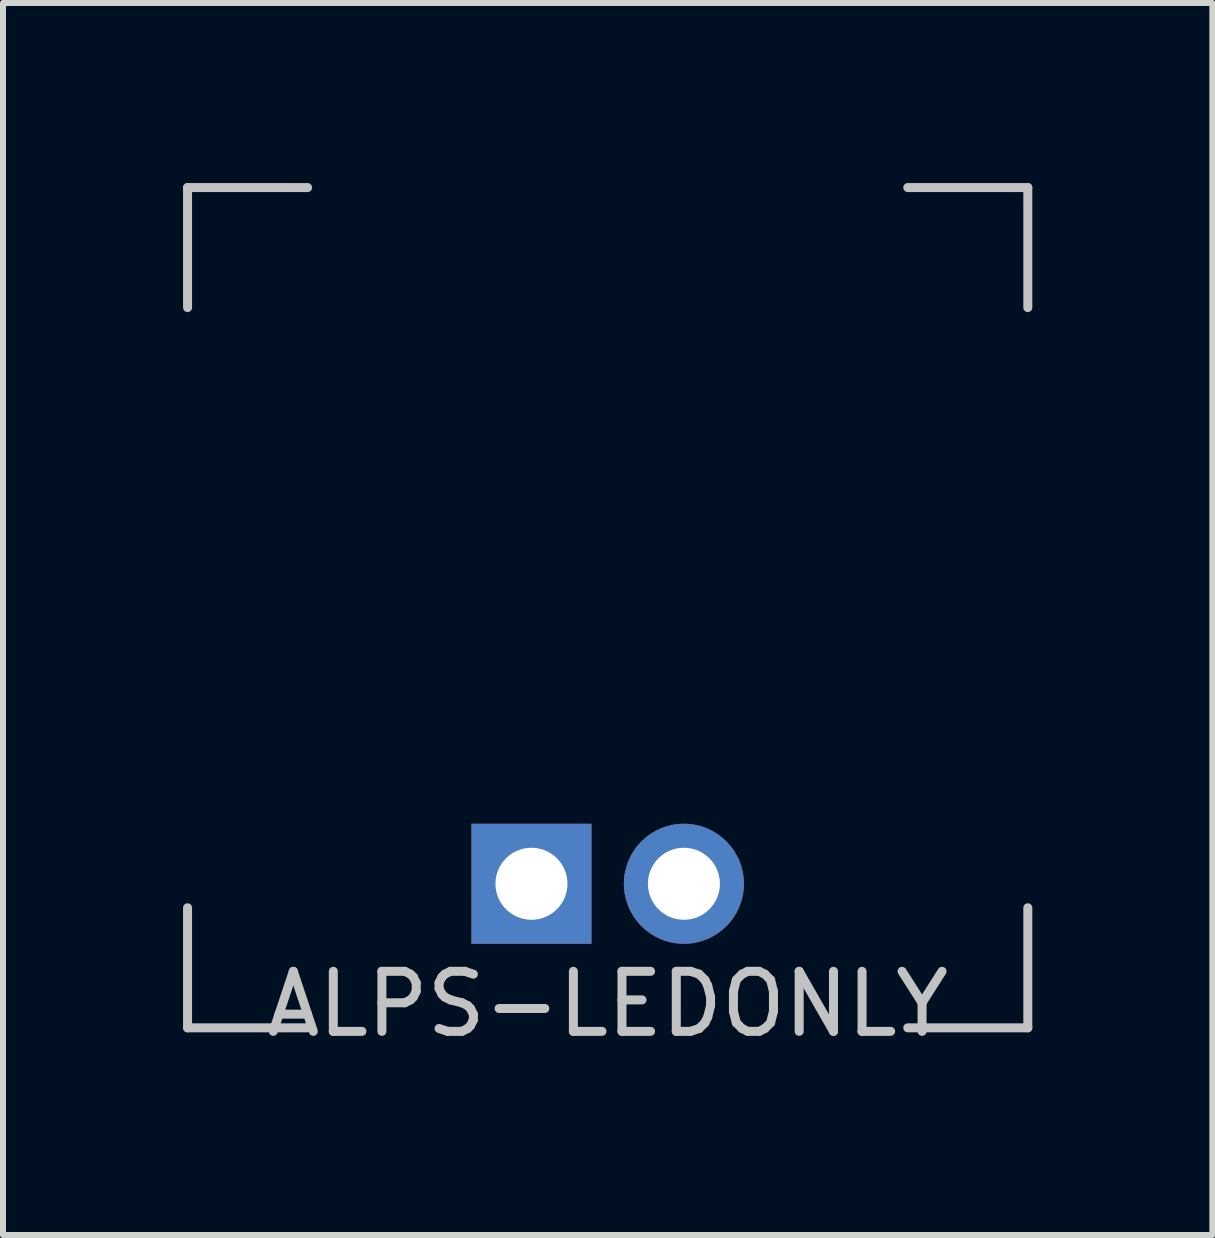
<source format=kicad_pcb>
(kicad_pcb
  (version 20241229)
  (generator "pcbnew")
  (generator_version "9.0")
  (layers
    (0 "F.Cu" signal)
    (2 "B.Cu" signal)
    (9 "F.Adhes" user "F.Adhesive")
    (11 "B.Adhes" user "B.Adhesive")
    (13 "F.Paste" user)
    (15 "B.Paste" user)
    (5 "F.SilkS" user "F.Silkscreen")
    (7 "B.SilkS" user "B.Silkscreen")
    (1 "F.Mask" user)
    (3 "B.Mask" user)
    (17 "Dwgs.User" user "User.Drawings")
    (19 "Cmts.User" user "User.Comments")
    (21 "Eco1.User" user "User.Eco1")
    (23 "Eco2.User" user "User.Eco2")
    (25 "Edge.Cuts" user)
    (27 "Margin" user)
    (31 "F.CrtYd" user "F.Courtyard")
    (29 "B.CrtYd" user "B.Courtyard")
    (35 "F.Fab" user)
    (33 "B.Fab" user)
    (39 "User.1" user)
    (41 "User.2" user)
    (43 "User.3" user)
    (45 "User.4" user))
  (footprint "ALPS-LEDONLY"
    (layer "F.Cu")
    (at 7.075 7.075)
    (property "Reference" "ALPS-LEDONLY" (at 0 6.604 0) (layer "Dwgs.User") (effects (font (size 1 1) (thickness 0.15))))
    (attr through_hole)
    (fp_line (start -7 -7) (end -7 -5) (stroke (width 0.15) (type solid)) (layer "Dwgs.User"))
    (fp_line (start -7 5) (end -7 7) (stroke (width 0.15) (type solid)) (layer "Dwgs.User"))
    (fp_line (start -7 7) (end -5 7) (stroke (width 0.15) (type solid)) (layer "Dwgs.User"))
    (fp_line (start -5 -7) (end -7 -7) (stroke (width 0.15) (type solid)) (layer "Dwgs.User"))
    (fp_line (start 5 -7) (end 7 -7) (stroke (width 0.15) (type solid)) (layer "Dwgs.User"))
    (fp_line (start 5 7) (end 7 7) (stroke (width 0.15) (type solid)) (layer "Dwgs.User"))
    (fp_line (start 7 -7) (end 7 -5) (stroke (width 0.15) (type solid)) (layer "Dwgs.User"))
    (fp_line (start 7 7) (end 7 5) (stroke (width 0.15) (type solid)) (layer "Dwgs.User"))
    (pad "1" thru_hole circle (at 1.27 4.6) (size 2 2) (drill 1.2) (layers "*.Cu" "B.Mask"))
    (pad "2" thru_hole rect (at -1.27 4.6) (size 2 2) (drill 1.2) (layers "*.Cu" "B.Mask")))
  (gr_rect
    (start -3 -3)
    (end 17.15 17.527)
    (stroke (width 0.1) (type default))
    (fill no)
    (layer "Edge.Cuts")))
</source>
